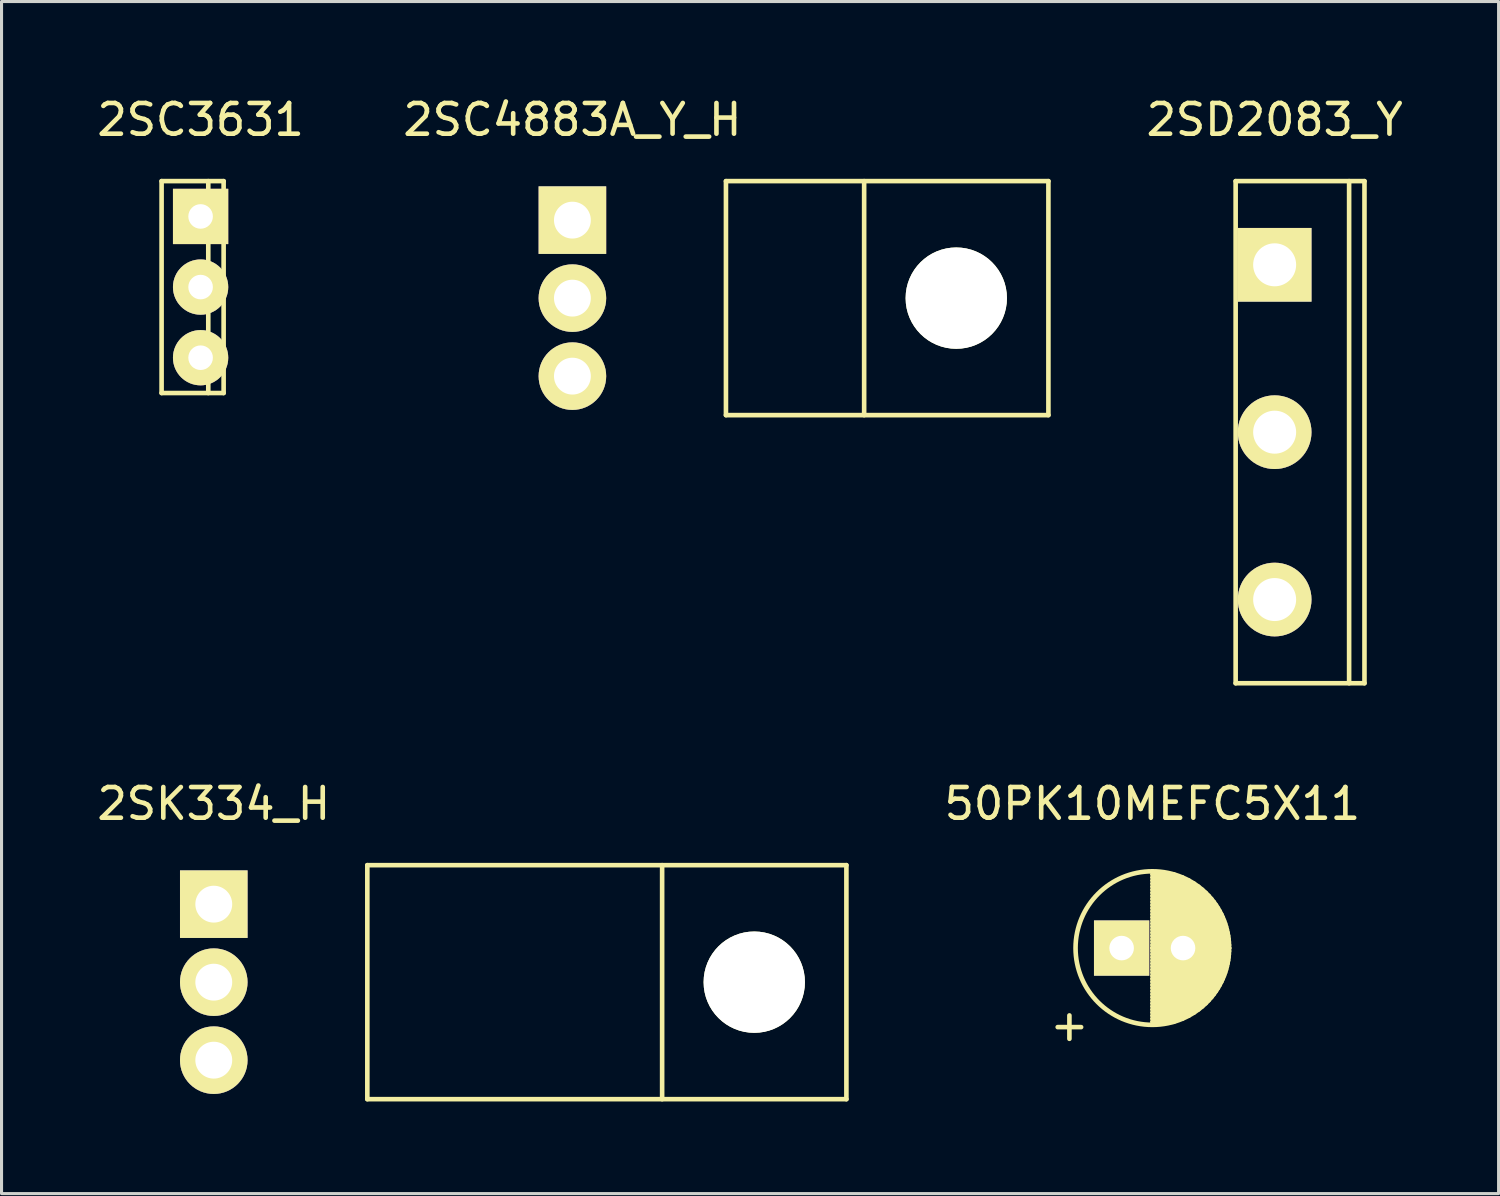
<source format=kicad_pcb>
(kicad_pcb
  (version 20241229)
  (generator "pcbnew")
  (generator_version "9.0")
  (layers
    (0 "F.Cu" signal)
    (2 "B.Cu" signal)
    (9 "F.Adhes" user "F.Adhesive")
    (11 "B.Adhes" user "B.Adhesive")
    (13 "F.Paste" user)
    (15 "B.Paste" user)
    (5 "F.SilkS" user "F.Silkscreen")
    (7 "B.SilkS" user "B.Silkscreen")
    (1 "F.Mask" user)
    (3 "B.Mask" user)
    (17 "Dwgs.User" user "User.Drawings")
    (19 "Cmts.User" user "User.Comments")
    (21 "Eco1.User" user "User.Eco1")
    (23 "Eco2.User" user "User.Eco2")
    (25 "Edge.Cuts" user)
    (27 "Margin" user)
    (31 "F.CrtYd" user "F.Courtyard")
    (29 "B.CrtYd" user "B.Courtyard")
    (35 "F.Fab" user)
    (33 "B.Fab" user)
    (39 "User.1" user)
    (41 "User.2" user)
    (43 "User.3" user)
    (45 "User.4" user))
  (footprint "50PK10MEFC5X11"
    (layer "F.Cu")
    (at 33.473 27.822)
    (property "Reference" "50PK10MEFC5X11" (at 1 -4.7 0) (layer "F.SilkS") (effects (font (size 1 1) (thickness 0.15))))
    (attr through_hole)
    (fp_line (start 1 -2.4) (end 1.7 -2.4) (stroke (width 0.15) (type solid)) (layer "F.SilkS"))
    (fp_line (start 1 -2.3) (end 1.98 -2.3) (stroke (width 0.15) (type solid)) (layer "F.SilkS"))
    (fp_line (start 1 -2.2) (end 2.187 -2.2) (stroke (width 0.15) (type solid)) (layer "F.SilkS"))
    (fp_line (start 1 -2.1) (end 2.356 -2.1) (stroke (width 0.15) (type solid)) (layer "F.SilkS"))
    (fp_line (start 1 -2) (end 2.5 -2) (stroke (width 0.15) (type solid)) (layer "F.SilkS"))
    (fp_line (start 1 -1.9) (end 2.625 -1.9) (stroke (width 0.15) (type solid)) (layer "F.SilkS"))
    (fp_line (start 1 -1.8) (end 2.735 -1.8) (stroke (width 0.15) (type solid)) (layer "F.SilkS"))
    (fp_line (start 1 -1.7) (end 2.833 -1.7) (stroke (width 0.15) (type solid)) (layer "F.SilkS"))
    (fp_line (start 1 -1.6) (end 2.921 -1.6) (stroke (width 0.15) (type solid)) (layer "F.SilkS"))
    (fp_line (start 1 -1.5) (end 3 -1.5) (stroke (width 0.15) (type solid)) (layer "F.SilkS"))
    (fp_line (start 1 -1.4) (end 3.071 -1.4) (stroke (width 0.15) (type solid)) (layer "F.SilkS"))
    (fp_line (start 1 -1.3) (end 3.135 -1.3) (stroke (width 0.15) (type solid)) (layer "F.SilkS"))
    (fp_line (start 1 -1.2) (end 3.193 -1.2) (stroke (width 0.15) (type solid)) (layer "F.SilkS"))
    (fp_line (start 1 -1.1) (end 3.245 -1.1) (stroke (width 0.15) (type solid)) (layer "F.SilkS"))
    (fp_line (start 1 -1) (end 3.291 -1) (stroke (width 0.15) (type solid)) (layer "F.SilkS"))
    (fp_line (start 1 -0.9) (end 3.332 -0.9) (stroke (width 0.15) (type solid)) (layer "F.SilkS"))
    (fp_line (start 1 -0.8) (end 3.369 -0.8) (stroke (width 0.15) (type solid)) (layer "F.SilkS"))
    (fp_line (start 1 -0.7) (end 3.4 -0.7) (stroke (width 0.15) (type solid)) (layer "F.SilkS"))
    (fp_line (start 1 -0.6) (end 3.427 -0.6) (stroke (width 0.15) (type solid)) (layer "F.SilkS"))
    (fp_line (start 1 -0.5) (end 3.449 -0.5) (stroke (width 0.15) (type solid)) (layer "F.SilkS"))
    (fp_line (start 1 -0.4) (end 3.468 -0.4) (stroke (width 0.15) (type solid)) (layer "F.SilkS"))
    (fp_line (start 1 -0.3) (end 3.482 -0.3) (stroke (width 0.15) (type solid)) (layer "F.SilkS"))
    (fp_line (start 1 -0.2) (end 3.492 -0.2) (stroke (width 0.15) (type solid)) (layer "F.SilkS"))
    (fp_line (start 1 -0.1) (end 3.498 -0.1) (stroke (width 0.15) (type solid)) (layer "F.SilkS"))
    (fp_line (start 1 0) (end 3.5 0) (stroke (width 0.15) (type solid)) (layer "F.SilkS"))
    (fp_line (start 1 0) (end 3.5 0) (stroke (width 0.15) (type solid)) (layer "F.SilkS"))
    (fp_line (start 1 0.1) (end 3.498 0.1) (stroke (width 0.15) (type solid)) (layer "F.SilkS"))
    (fp_line (start 1 0.2) (end 3.492 0.2) (stroke (width 0.15) (type solid)) (layer "F.SilkS"))
    (fp_line (start 1 0.3) (end 3.482 0.3) (stroke (width 0.15) (type solid)) (layer "F.SilkS"))
    (fp_line (start 1 0.4) (end 3.468 0.4) (stroke (width 0.15) (type solid)) (layer "F.SilkS"))
    (fp_line (start 1 0.5) (end 3.449 0.5) (stroke (width 0.15) (type solid)) (layer "F.SilkS"))
    (fp_line (start 1 0.6) (end 3.427 0.6) (stroke (width 0.15) (type solid)) (layer "F.SilkS"))
    (fp_line (start 1 0.7) (end 3.4 0.7) (stroke (width 0.15) (type solid)) (layer "F.SilkS"))
    (fp_line (start 1 0.8) (end 3.369 0.8) (stroke (width 0.15) (type solid)) (layer "F.SilkS"))
    (fp_line (start 1 0.9) (end 3.332 0.9) (stroke (width 0.15) (type solid)) (layer "F.SilkS"))
    (fp_line (start 1 1) (end 3.291 1) (stroke (width 0.15) (type solid)) (layer "F.SilkS"))
    (fp_line (start 1 1.1) (end 3.245 1.1) (stroke (width 0.15) (type solid)) (layer "F.SilkS"))
    (fp_line (start 1 1.2) (end 3.193 1.2) (stroke (width 0.15) (type solid)) (layer "F.SilkS"))
    (fp_line (start 1 1.3) (end 3.135 1.3) (stroke (width 0.15) (type solid)) (layer "F.SilkS"))
    (fp_line (start 1 1.4) (end 3.071 1.4) (stroke (width 0.15) (type solid)) (layer "F.SilkS"))
    (fp_line (start 1 1.5) (end 3 1.5) (stroke (width 0.15) (type solid)) (layer "F.SilkS"))
    (fp_line (start 1 1.6) (end 2.921 1.6) (stroke (width 0.15) (type solid)) (layer "F.SilkS"))
    (fp_line (start 1 1.7) (end 2.833 1.7) (stroke (width 0.15) (type solid)) (layer "F.SilkS"))
    (fp_line (start 1 1.8) (end 2.735 1.8) (stroke (width 0.15) (type solid)) (layer "F.SilkS"))
    (fp_line (start 1 1.9) (end 2.625 1.9) (stroke (width 0.15) (type solid)) (layer "F.SilkS"))
    (fp_line (start 1 2) (end 2.5 2) (stroke (width 0.15) (type solid)) (layer "F.SilkS"))
    (fp_line (start 1 2.1) (end 2.356 2.1) (stroke (width 0.15) (type solid)) (layer "F.SilkS"))
    (fp_line (start 1 2.2) (end 2.187 2.2) (stroke (width 0.15) (type solid)) (layer "F.SilkS"))
    (fp_line (start 1 2.3) (end 1.98 2.3) (stroke (width 0.15) (type solid)) (layer "F.SilkS"))
    (fp_line (start 1 2.4) (end 1.7 2.4) (stroke (width 0.15) (type solid)) (layer "F.SilkS"))
    (fp_circle (center 1 0) (end 1 -2.5) (stroke (width 0.15) (type solid)) (fill no) (layer "F.SilkS"))
    (fp_text user "+" (at -1.7 2.5 0) (layer "F.SilkS") (effects (font (size 1 1) (thickness 0.15))))
    (pad "1" thru_hole rect (at 0 0) (size 1.8 1.8) (drill 0.8) (layers "*.Cu" "*.Mask" "F.SilkS"))
    (pad "2" thru_hole circle (at 2 0) (size 1.8 1.8) (drill 0.8) (layers "*.Cu" "*.Mask" "F.SilkS")))
  (footprint "2SC3631"
    (layer "F.Cu")
    (at 3.482 3.998)
    (property "Reference" "2SC3631" (at 0 -3.15 0) (layer "F.SilkS") (effects (font (size 1 1) (thickness 0.15))))
    (attr through_hole)
    (fp_line (start -1.27 -1.15) (end -1.27 5.75) (stroke (width 0.15) (type solid)) (layer "F.SilkS"))
    (fp_line (start -1.27 -1.15) (end 0.75 -1.15) (stroke (width 0.15) (type solid)) (layer "F.SilkS"))
    (fp_line (start -1.27 5.75) (end 0.75 5.75) (stroke (width 0.15) (type solid)) (layer "F.SilkS"))
    (fp_line (start 0.25 -1.15) (end 0.25 5.75) (stroke (width 0.15) (type solid)) (layer "F.SilkS"))
    (fp_line (start 0.75 -1.15) (end 0.75 5.75) (stroke (width 0.15) (type solid)) (layer "F.SilkS"))
    (pad "1" thru_hole rect (at 0 0) (size 1.8 1.8) (drill 0.8) (layers "*.Cu" "*.Mask" "F.SilkS"))
    (pad "2" thru_hole circle (at 0 2.3) (size 1.8 1.8) (drill 0.8) (layers "*.Cu" "*.Mask" "F.SilkS"))
    (pad "3" thru_hole circle (at 0 4.6) (size 1.8 1.8) (drill 0.8) (layers "*.Cu" "*.Mask" "F.SilkS")))
  (footprint "2SD2083_Y"
    (layer "F.Cu")
    (at 38.456 5.573)
    (property "Reference" "2SD2083_Y" (at 0 -4.725 0) (layer "F.SilkS") (effects (font (size 1 1) (thickness 0.15))))
    (attr through_hole)
    (fp_line (start -1.27 -2.725) (end -1.27 13.625) (stroke (width 0.15) (type solid)) (layer "F.SilkS"))
    (fp_line (start -1.27 -2.725) (end 2.925 -2.725) (stroke (width 0.15) (type solid)) (layer "F.SilkS"))
    (fp_line (start -1.27 13.625) (end 2.925 13.625) (stroke (width 0.15) (type solid)) (layer "F.SilkS"))
    (fp_line (start 2.425 -2.725) (end 2.425 13.625) (stroke (width 0.15) (type solid)) (layer "F.SilkS"))
    (fp_line (start 2.925 -2.725) (end 2.925 13.625) (stroke (width 0.15) (type solid)) (layer "F.SilkS"))
    (pad "1" thru_hole rect (at 0 0) (size 2.4 2.4) (drill 1.4) (layers "*.Cu" "*.Mask" "F.SilkS"))
    (pad "2" thru_hole circle (at 0 5.45) (size 2.4 2.4) (drill 1.4) (layers "*.Cu" "*.Mask" "F.SilkS"))
    (pad "3" thru_hole circle (at 0 10.9) (size 2.4 2.4) (drill 1.4) (layers "*.Cu" "*.Mask" "F.SilkS")))
  (footprint "2SC4883A_Y_H"
    (layer "F.Cu")
    (at 15.589 4.118)
    (property "Reference" "2SC4883A_Y_H" (at 0 -3.27 0) (layer "F.SilkS") (effects (font (size 1 1) (thickness 0.15))))
    (attr through_hole)
    (fp_line (start 5 -1.27) (end 5 6.35) (stroke (width 0.15) (type solid)) (layer "F.SilkS"))
    (fp_line (start 5 -1.27) (end 15.5 -1.27) (stroke (width 0.15) (type solid)) (layer "F.SilkS"))
    (fp_line (start 5 6.35) (end 15.5 6.35) (stroke (width 0.15) (type solid)) (layer "F.SilkS"))
    (fp_line (start 9.5 -1.27) (end 9.5 6.35) (stroke (width 0.15) (type solid)) (layer "F.SilkS"))
    (fp_line (start 15.5 -1.27) (end 15.5 6.35) (stroke (width 0.15) (type solid)) (layer "F.SilkS"))
    (pad "" np_thru_hole circle (at 12.5 2.54) (size 3.3 3.3) (drill 3.3) (layers "*.Cu" "*.Mask" "F.SilkS"))
    (pad "1" thru_hole rect (at 0 0) (size 2.2 2.2) (drill 1.2) (layers "*.Cu" "*.Mask" "F.SilkS"))
    (pad "2" thru_hole circle (at 0 2.54) (size 2.2 2.2) (drill 1.2) (layers "*.Cu" "*.Mask" "F.SilkS"))
    (pad "3" thru_hole circle (at 0 5.08) (size 2.2 2.2) (drill 1.2) (layers "*.Cu" "*.Mask" "F.SilkS")))
  (footprint "2SK334_H"
    (layer "F.Cu")
    (at 3.911 26.392)
    (property "Reference" "2SK334_H" (at 0 -3.27 0) (layer "F.SilkS") (effects (font (size 1 1) (thickness 0.15))))
    (attr through_hole)
    (fp_line (start 5 -1.27) (end 5 6.35) (stroke (width 0.15) (type solid)) (layer "F.SilkS"))
    (fp_line (start 5 -1.27) (end 20.6 -1.27) (stroke (width 0.15) (type solid)) (layer "F.SilkS"))
    (fp_line (start 5 6.35) (end 20.6 6.35) (stroke (width 0.15) (type solid)) (layer "F.SilkS"))
    (fp_line (start 14.6 -1.27) (end 14.6 6.35) (stroke (width 0.15) (type solid)) (layer "F.SilkS"))
    (fp_line (start 20.6 -1.27) (end 20.6 6.35) (stroke (width 0.15) (type solid)) (layer "F.SilkS"))
    (pad "" np_thru_hole circle (at 17.6 2.54) (size 3.3 3.3) (drill 3.3) (layers "*.Cu" "*.Mask" "F.SilkS"))
    (pad "1" thru_hole rect (at 0 0) (size 2.2 2.2) (drill 1.2) (layers "*.Cu" "*.Mask" "F.SilkS"))
    (pad "2" thru_hole circle (at 0 2.54) (size 2.2 2.2) (drill 1.2) (layers "*.Cu" "*.Mask" "F.SilkS"))
    (pad "3" thru_hole circle (at 0 5.08) (size 2.2 2.2) (drill 1.2) (layers "*.Cu" "*.Mask" "F.SilkS")))
  (gr_rect
    (start -3 -3)
    (end 45.748 35.816)
    (stroke (width 0.1) (type default))
    (fill no)
    (layer "Edge.Cuts")))
</source>
